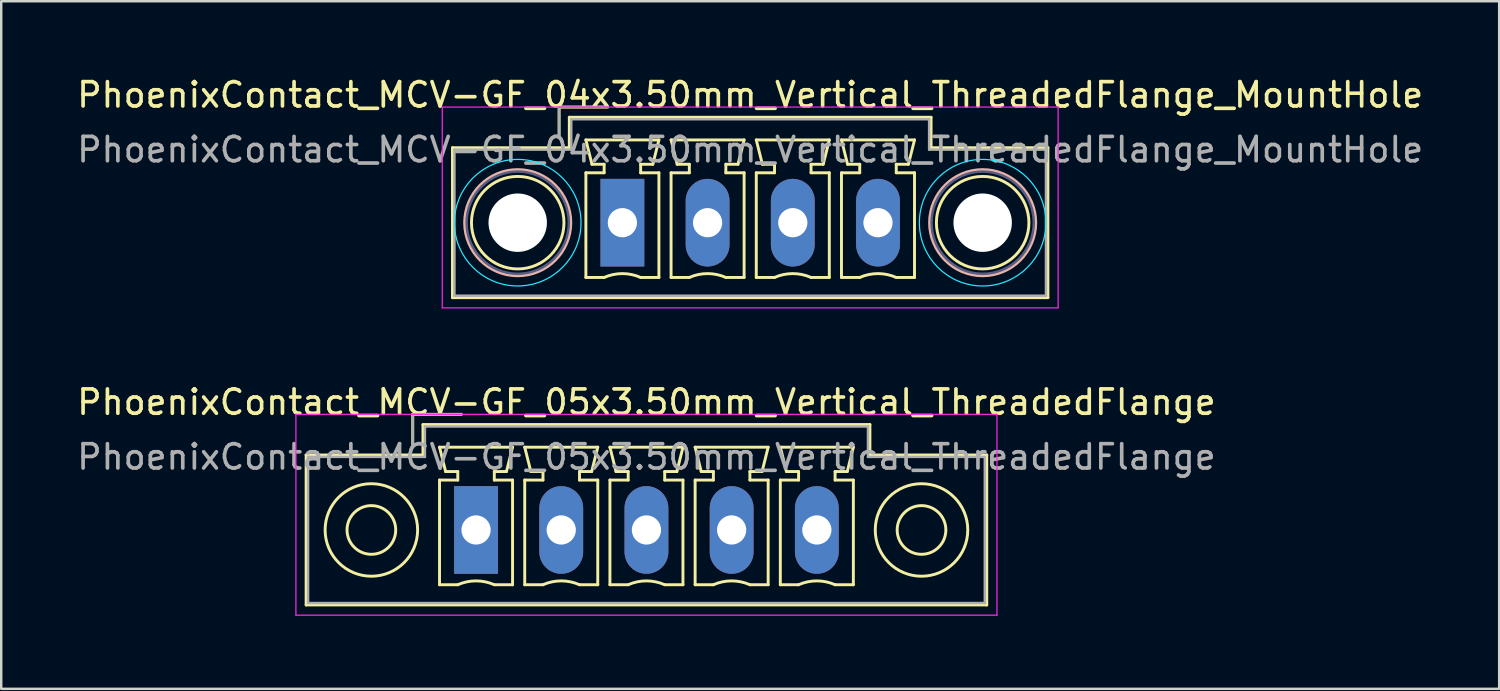
<source format=kicad_pcb>
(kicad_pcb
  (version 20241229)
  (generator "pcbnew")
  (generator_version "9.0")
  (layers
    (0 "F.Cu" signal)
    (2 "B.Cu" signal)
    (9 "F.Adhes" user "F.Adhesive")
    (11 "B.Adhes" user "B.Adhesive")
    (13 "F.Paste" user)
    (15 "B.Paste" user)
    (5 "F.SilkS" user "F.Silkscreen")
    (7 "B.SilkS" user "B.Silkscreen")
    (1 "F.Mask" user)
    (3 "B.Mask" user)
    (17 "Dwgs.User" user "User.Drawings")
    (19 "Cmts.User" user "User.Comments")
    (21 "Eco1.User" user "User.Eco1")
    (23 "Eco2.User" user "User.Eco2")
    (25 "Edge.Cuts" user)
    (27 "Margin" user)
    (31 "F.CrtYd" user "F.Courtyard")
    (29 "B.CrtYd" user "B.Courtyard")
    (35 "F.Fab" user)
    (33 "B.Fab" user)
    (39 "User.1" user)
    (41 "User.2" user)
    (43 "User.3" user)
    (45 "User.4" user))
  (footprint "PhoenixContact_MCV-GF_05x3.50mm_Vertical_ThreadedFlange"
    (layer "F.Cu")
    (at 16.506 18.721)
    (property "Reference" "PhoenixContact_MCV-GF_05x3.50mm_Vertical_ThreadedFlange" (at 7 -5.25 0) (layer "F.SilkS") (effects (font (size 1 1) (thickness 0.15))))
    (attr through_hole)
    (fp_line (start -6.98 -3.08) (end -6.98 3.08) (stroke (width 0.12) (type solid)) (layer "F.SilkS"))
    (fp_line (start -6.98 3.08) (end 20.98 3.08) (stroke (width 0.12) (type solid)) (layer "F.SilkS"))
    (fp_line (start -2.6 -4.75) (end -0.6 -4.75) (stroke (width 0.12) (type solid)) (layer "F.SilkS"))
    (fp_line (start -2.6 -3.5) (end -2.6 -4.75) (stroke (width 0.12) (type solid)) (layer "F.SilkS"))
    (fp_line (start -2.18 -4.33) (end -2.18 -3.08) (stroke (width 0.12) (type solid)) (layer "F.SilkS"))
    (fp_line (start -2.18 -3.08) (end -6.98 -3.08) (stroke (width 0.12) (type solid)) (layer "F.SilkS"))
    (fp_line (start -1.5 -3.4) (end 1.5 -3.4) (stroke (width 0.12) (type solid)) (layer "F.SilkS"))
    (fp_line (start -1.5 -2.05) (end -0.75 -2.05) (stroke (width 0.12) (type solid)) (layer "F.SilkS"))
    (fp_line (start -1.5 2.25) (end -1.5 -2.05) (stroke (width 0.12) (type solid)) (layer "F.SilkS"))
    (fp_line (start -1.25 -2.4) (end -1.5 -3.4) (stroke (width 0.12) (type solid)) (layer "F.SilkS"))
    (fp_line (start -0.75 -2.4) (end -1.25 -2.4) (stroke (width 0.12) (type solid)) (layer "F.SilkS"))
    (fp_line (start -0.75 -2.05) (end -0.75 -2.4) (stroke (width 0.12) (type solid)) (layer "F.SilkS"))
    (fp_line (start -0.75 2.25) (end -1.5 2.25) (stroke (width 0.12) (type solid)) (layer "F.SilkS"))
    (fp_line (start 0.75 -2.4) (end 0.75 -2.05) (stroke (width 0.12) (type solid)) (layer "F.SilkS"))
    (fp_line (start 0.75 -2.05) (end 1.5 -2.05) (stroke (width 0.12) (type solid)) (layer "F.SilkS"))
    (fp_line (start 1.25 -2.4) (end 0.75 -2.4) (stroke (width 0.12) (type solid)) (layer "F.SilkS"))
    (fp_line (start 1.5 -3.4) (end 1.25 -2.4) (stroke (width 0.12) (type solid)) (layer "F.SilkS"))
    (fp_line (start 1.5 -2.05) (end 1.5 2.25) (stroke (width 0.12) (type solid)) (layer "F.SilkS"))
    (fp_line (start 1.5 2.25) (end 0.75 2.25) (stroke (width 0.12) (type solid)) (layer "F.SilkS"))
    (fp_line (start 2 -3.4) (end 5 -3.4) (stroke (width 0.12) (type solid)) (layer "F.SilkS"))
    (fp_line (start 2 -2.05) (end 2.75 -2.05) (stroke (width 0.12) (type solid)) (layer "F.SilkS"))
    (fp_line (start 2 2.25) (end 2 -2.05) (stroke (width 0.12) (type solid)) (layer "F.SilkS"))
    (fp_line (start 2.25 -2.4) (end 2 -3.4) (stroke (width 0.12) (type solid)) (layer "F.SilkS"))
    (fp_line (start 2.75 -2.4) (end 2.25 -2.4) (stroke (width 0.12) (type solid)) (layer "F.SilkS"))
    (fp_line (start 2.75 -2.05) (end 2.75 -2.4) (stroke (width 0.12) (type solid)) (layer "F.SilkS"))
    (fp_line (start 2.75 2.25) (end 2 2.25) (stroke (width 0.12) (type solid)) (layer "F.SilkS"))
    (fp_line (start 4.25 -2.4) (end 4.25 -2.05) (stroke (width 0.12) (type solid)) (layer "F.SilkS"))
    (fp_line (start 4.25 -2.05) (end 5 -2.05) (stroke (width 0.12) (type solid)) (layer "F.SilkS"))
    (fp_line (start 4.75 -2.4) (end 4.25 -2.4) (stroke (width 0.12) (type solid)) (layer "F.SilkS"))
    (fp_line (start 5 -3.4) (end 4.75 -2.4) (stroke (width 0.12) (type solid)) (layer "F.SilkS"))
    (fp_line (start 5 -2.05) (end 5 2.25) (stroke (width 0.12) (type solid)) (layer "F.SilkS"))
    (fp_line (start 5 2.25) (end 4.25 2.25) (stroke (width 0.12) (type solid)) (layer "F.SilkS"))
    (fp_line (start 5.5 -3.4) (end 8.5 -3.4) (stroke (width 0.12) (type solid)) (layer "F.SilkS"))
    (fp_line (start 5.5 -2.05) (end 6.25 -2.05) (stroke (width 0.12) (type solid)) (layer "F.SilkS"))
    (fp_line (start 5.5 2.25) (end 5.5 -2.05) (stroke (width 0.12) (type solid)) (layer "F.SilkS"))
    (fp_line (start 5.75 -2.4) (end 5.5 -3.4) (stroke (width 0.12) (type solid)) (layer "F.SilkS"))
    (fp_line (start 6.25 -2.4) (end 5.75 -2.4) (stroke (width 0.12) (type solid)) (layer "F.SilkS"))
    (fp_line (start 6.25 -2.05) (end 6.25 -2.4) (stroke (width 0.12) (type solid)) (layer "F.SilkS"))
    (fp_line (start 6.25 2.25) (end 5.5 2.25) (stroke (width 0.12) (type solid)) (layer "F.SilkS"))
    (fp_line (start 7.75 -2.4) (end 7.75 -2.05) (stroke (width 0.12) (type solid)) (layer "F.SilkS"))
    (fp_line (start 7.75 -2.05) (end 8.5 -2.05) (stroke (width 0.12) (type solid)) (layer "F.SilkS"))
    (fp_line (start 8.25 -2.4) (end 7.75 -2.4) (stroke (width 0.12) (type solid)) (layer "F.SilkS"))
    (fp_line (start 8.5 -3.4) (end 8.25 -2.4) (stroke (width 0.12) (type solid)) (layer "F.SilkS"))
    (fp_line (start 8.5 -2.05) (end 8.5 2.25) (stroke (width 0.12) (type solid)) (layer "F.SilkS"))
    (fp_line (start 8.5 2.25) (end 7.75 2.25) (stroke (width 0.12) (type solid)) (layer "F.SilkS"))
    (fp_line (start 9 -3.4) (end 12 -3.4) (stroke (width 0.12) (type solid)) (layer "F.SilkS"))
    (fp_line (start 9 -2.05) (end 9.75 -2.05) (stroke (width 0.12) (type solid)) (layer "F.SilkS"))
    (fp_line (start 9 2.25) (end 9 -2.05) (stroke (width 0.12) (type solid)) (layer "F.SilkS"))
    (fp_line (start 9.25 -2.4) (end 9 -3.4) (stroke (width 0.12) (type solid)) (layer "F.SilkS"))
    (fp_line (start 9.75 -2.4) (end 9.25 -2.4) (stroke (width 0.12) (type solid)) (layer "F.SilkS"))
    (fp_line (start 9.75 -2.05) (end 9.75 -2.4) (stroke (width 0.12) (type solid)) (layer "F.SilkS"))
    (fp_line (start 9.75 2.25) (end 9 2.25) (stroke (width 0.12) (type solid)) (layer "F.SilkS"))
    (fp_line (start 11.25 -2.4) (end 11.25 -2.05) (stroke (width 0.12) (type solid)) (layer "F.SilkS"))
    (fp_line (start 11.25 -2.05) (end 12 -2.05) (stroke (width 0.12) (type solid)) (layer "F.SilkS"))
    (fp_line (start 11.75 -2.4) (end 11.25 -2.4) (stroke (width 0.12) (type solid)) (layer "F.SilkS"))
    (fp_line (start 12 -3.4) (end 11.75 -2.4) (stroke (width 0.12) (type solid)) (layer "F.SilkS"))
    (fp_line (start 12 -2.05) (end 12 2.25) (stroke (width 0.12) (type solid)) (layer "F.SilkS"))
    (fp_line (start 12 2.25) (end 11.25 2.25) (stroke (width 0.12) (type solid)) (layer "F.SilkS"))
    (fp_line (start 12.5 -3.4) (end 15.5 -3.4) (stroke (width 0.12) (type solid)) (layer "F.SilkS"))
    (fp_line (start 12.5 -2.05) (end 13.25 -2.05) (stroke (width 0.12) (type solid)) (layer "F.SilkS"))
    (fp_line (start 12.5 2.25) (end 12.5 -2.05) (stroke (width 0.12) (type solid)) (layer "F.SilkS"))
    (fp_line (start 12.75 -2.4) (end 12.5 -3.4) (stroke (width 0.12) (type solid)) (layer "F.SilkS"))
    (fp_line (start 13.25 -2.4) (end 12.75 -2.4) (stroke (width 0.12) (type solid)) (layer "F.SilkS"))
    (fp_line (start 13.25 -2.05) (end 13.25 -2.4) (stroke (width 0.12) (type solid)) (layer "F.SilkS"))
    (fp_line (start 13.25 2.25) (end 12.5 2.25) (stroke (width 0.12) (type solid)) (layer "F.SilkS"))
    (fp_line (start 14.75 -2.4) (end 14.75 -2.05) (stroke (width 0.12) (type solid)) (layer "F.SilkS"))
    (fp_line (start 14.75 -2.05) (end 15.5 -2.05) (stroke (width 0.12) (type solid)) (layer "F.SilkS"))
    (fp_line (start 15.25 -2.4) (end 14.75 -2.4) (stroke (width 0.12) (type solid)) (layer "F.SilkS"))
    (fp_line (start 15.5 -3.4) (end 15.25 -2.4) (stroke (width 0.12) (type solid)) (layer "F.SilkS"))
    (fp_line (start 15.5 -2.05) (end 15.5 2.25) (stroke (width 0.12) (type solid)) (layer "F.SilkS"))
    (fp_line (start 15.5 2.25) (end 14.75 2.25) (stroke (width 0.12) (type solid)) (layer "F.SilkS"))
    (fp_line (start 16.18 -4.33) (end -2.18 -4.33) (stroke (width 0.12) (type solid)) (layer "F.SilkS"))
    (fp_line (start 16.18 -3.08) (end 16.18 -4.33) (stroke (width 0.12) (type solid)) (layer "F.SilkS"))
    (fp_line (start 20.98 -3.08) (end 16.18 -3.08) (stroke (width 0.12) (type solid)) (layer "F.SilkS"))
    (fp_line (start 20.98 3.08) (end 20.98 -3.08) (stroke (width 0.12) (type solid)) (layer "F.SilkS"))
    (fp_arc (start -0.75 2.25) (mid -0.000193 2.09191) (end 0.749647 2.249844) (stroke (width 0.12) (type solid)) (layer "F.SilkS"))
    (fp_arc (start 2.75 2.25) (mid 3.499807 2.09191) (end 4.249647 2.249844) (stroke (width 0.12) (type solid)) (layer "F.SilkS"))
    (fp_arc (start 6.25 2.25) (mid 6.999807 2.09191) (end 7.749647 2.249844) (stroke (width 0.12) (type solid)) (layer "F.SilkS"))
    (fp_arc (start 9.75 2.25) (mid 10.499807 2.09191) (end 11.249647 2.249844) (stroke (width 0.12) (type solid)) (layer "F.SilkS"))
    (fp_arc (start 13.25 2.25) (mid 13.999807 2.09191) (end 14.749647 2.249844) (stroke (width 0.12) (type solid)) (layer "F.SilkS"))
    (fp_circle (center -4.3 0) (end -3.3 0) (stroke (width 0.12) (type solid)) (fill no) (layer "F.SilkS"))
    (fp_circle (center -4.3 0) (end -2.4 0) (stroke (width 0.12) (type solid)) (fill no) (layer "F.SilkS"))
    (fp_circle (center 18.3 0) (end 19.3 0) (stroke (width 0.12) (type solid)) (fill no) (layer "F.SilkS"))
    (fp_circle (center 18.3 0) (end 20.2 0) (stroke (width 0.12) (type solid)) (fill no) (layer "F.SilkS"))
    (fp_line (start -7.4 -4.75) (end -7.4 3.5) (stroke (width 0.05) (type solid)) (layer "F.CrtYd"))
    (fp_line (start -7.4 3.5) (end 21.4 3.5) (stroke (width 0.05) (type solid)) (layer "F.CrtYd"))
    (fp_line (start 21.4 -4.75) (end -7.4 -4.75) (stroke (width 0.05) (type solid)) (layer "F.CrtYd"))
    (fp_line (start 21.4 3.5) (end 21.4 -4.75) (stroke (width 0.05) (type solid)) (layer "F.CrtYd"))
    (fp_line (start -6.9 -3) (end -6.9 3) (stroke (width 0.1) (type solid)) (layer "F.Fab"))
    (fp_line (start -6.9 3) (end 20.9 3) (stroke (width 0.1) (type solid)) (layer "F.Fab"))
    (fp_line (start -2.6 -4.75) (end -0.6 -4.75) (stroke (width 0.1) (type solid)) (layer "F.Fab"))
    (fp_line (start -2.6 -3.5) (end -2.6 -4.75) (stroke (width 0.1) (type solid)) (layer "F.Fab"))
    (fp_line (start -2.1 -4.25) (end -2.1 -3) (stroke (width 0.1) (type solid)) (layer "F.Fab"))
    (fp_line (start -2.1 -3) (end -6.9 -3) (stroke (width 0.1) (type solid)) (layer "F.Fab"))
    (fp_line (start 16.1 -4.25) (end -2.1 -4.25) (stroke (width 0.1) (type solid)) (layer "F.Fab"))
    (fp_line (start 16.1 -3) (end 16.1 -4.25) (stroke (width 0.1) (type solid)) (layer "F.Fab"))
    (fp_line (start 20.9 -3) (end 16.1 -3) (stroke (width 0.1) (type solid)) (layer "F.Fab"))
    (fp_line (start 20.9 3) (end 20.9 -3) (stroke (width 0.1) (type solid)) (layer "F.Fab"))
    (fp_text user "${REFERENCE}" (at 7 -3 0) (layer "F.Fab") (effects (font (size 1 1) (thickness 0.15))))
    (pad "1" thru_hole rect (at 0 0) (size 1.8 3.6) (drill 1.2) (layers "*.Cu" "*.Mask"))
    (pad "2" thru_hole oval (at 3.5 0) (size 1.8 3.6) (drill 1.2) (layers "*.Cu" "*.Mask"))
    (pad "3" thru_hole oval (at 7 0) (size 1.8 3.6) (drill 1.2) (layers "*.Cu" "*.Mask"))
    (pad "4" thru_hole oval (at 10.5 0) (size 1.8 3.6) (drill 1.2) (layers "*.Cu" "*.Mask"))
    (pad "5" thru_hole oval (at 14 0) (size 1.8 3.6) (drill 1.2) (layers "*.Cu" "*.Mask")))
  (footprint "PhoenixContact_MCV-GF_04x3.50mm_Vertical_ThreadedFlange_MountHole"
    (layer "F.Cu")
    (at 22.518 6.098)
    (property "Reference" "PhoenixContact_MCV-GF_04x3.50mm_Vertical_ThreadedFlange_MountHole" (at 5.25 -5.25 0) (layer "F.SilkS") (effects (font (size 1 1) (thickness 0.15))))
    (attr through_hole)
    (fp_line (start -6.98 -3.08) (end -6.98 3.08) (stroke (width 0.12) (type solid)) (layer "F.SilkS"))
    (fp_line (start -6.98 3.08) (end 17.48 3.08) (stroke (width 0.12) (type solid)) (layer "F.SilkS"))
    (fp_line (start -2.6 -4.75) (end -0.6 -4.75) (stroke (width 0.12) (type solid)) (layer "F.SilkS"))
    (fp_line (start -2.6 -3.5) (end -2.6 -4.75) (stroke (width 0.12) (type solid)) (layer "F.SilkS"))
    (fp_line (start -2.18 -4.33) (end -2.18 -3.08) (stroke (width 0.12) (type solid)) (layer "F.SilkS"))
    (fp_line (start -2.18 -3.08) (end -6.98 -3.08) (stroke (width 0.12) (type solid)) (layer "F.SilkS"))
    (fp_line (start -1.5 -3.4) (end 1.5 -3.4) (stroke (width 0.12) (type solid)) (layer "F.SilkS"))
    (fp_line (start -1.5 -2.05) (end -0.75 -2.05) (stroke (width 0.12) (type solid)) (layer "F.SilkS"))
    (fp_line (start -1.5 2.25) (end -1.5 -2.05) (stroke (width 0.12) (type solid)) (layer "F.SilkS"))
    (fp_line (start -1.25 -2.4) (end -1.5 -3.4) (stroke (width 0.12) (type solid)) (layer "F.SilkS"))
    (fp_line (start -0.75 -2.4) (end -1.25 -2.4) (stroke (width 0.12) (type solid)) (layer "F.SilkS"))
    (fp_line (start -0.75 -2.05) (end -0.75 -2.4) (stroke (width 0.12) (type solid)) (layer "F.SilkS"))
    (fp_line (start -0.75 2.25) (end -1.5 2.25) (stroke (width 0.12) (type solid)) (layer "F.SilkS"))
    (fp_line (start 0.75 -2.4) (end 0.75 -2.05) (stroke (width 0.12) (type solid)) (layer "F.SilkS"))
    (fp_line (start 0.75 -2.05) (end 1.5 -2.05) (stroke (width 0.12) (type solid)) (layer "F.SilkS"))
    (fp_line (start 1.25 -2.4) (end 0.75 -2.4) (stroke (width 0.12) (type solid)) (layer "F.SilkS"))
    (fp_line (start 1.5 -3.4) (end 1.25 -2.4) (stroke (width 0.12) (type solid)) (layer "F.SilkS"))
    (fp_line (start 1.5 -2.05) (end 1.5 2.25) (stroke (width 0.12) (type solid)) (layer "F.SilkS"))
    (fp_line (start 1.5 2.25) (end 0.75 2.25) (stroke (width 0.12) (type solid)) (layer "F.SilkS"))
    (fp_line (start 2 -3.4) (end 5 -3.4) (stroke (width 0.12) (type solid)) (layer "F.SilkS"))
    (fp_line (start 2 -2.05) (end 2.75 -2.05) (stroke (width 0.12) (type solid)) (layer "F.SilkS"))
    (fp_line (start 2 2.25) (end 2 -2.05) (stroke (width 0.12) (type solid)) (layer "F.SilkS"))
    (fp_line (start 2.25 -2.4) (end 2 -3.4) (stroke (width 0.12) (type solid)) (layer "F.SilkS"))
    (fp_line (start 2.75 -2.4) (end 2.25 -2.4) (stroke (width 0.12) (type solid)) (layer "F.SilkS"))
    (fp_line (start 2.75 -2.05) (end 2.75 -2.4) (stroke (width 0.12) (type solid)) (layer "F.SilkS"))
    (fp_line (start 2.75 2.25) (end 2 2.25) (stroke (width 0.12) (type solid)) (layer "F.SilkS"))
    (fp_line (start 4.25 -2.4) (end 4.25 -2.05) (stroke (width 0.12) (type solid)) (layer "F.SilkS"))
    (fp_line (start 4.25 -2.05) (end 5 -2.05) (stroke (width 0.12) (type solid)) (layer "F.SilkS"))
    (fp_line (start 4.75 -2.4) (end 4.25 -2.4) (stroke (width 0.12) (type solid)) (layer "F.SilkS"))
    (fp_line (start 5 -3.4) (end 4.75 -2.4) (stroke (width 0.12) (type solid)) (layer "F.SilkS"))
    (fp_line (start 5 -2.05) (end 5 2.25) (stroke (width 0.12) (type solid)) (layer "F.SilkS"))
    (fp_line (start 5 2.25) (end 4.25 2.25) (stroke (width 0.12) (type solid)) (layer "F.SilkS"))
    (fp_line (start 5.5 -3.4) (end 8.5 -3.4) (stroke (width 0.12) (type solid)) (layer "F.SilkS"))
    (fp_line (start 5.5 -2.05) (end 6.25 -2.05) (stroke (width 0.12) (type solid)) (layer "F.SilkS"))
    (fp_line (start 5.5 2.25) (end 5.5 -2.05) (stroke (width 0.12) (type solid)) (layer "F.SilkS"))
    (fp_line (start 5.75 -2.4) (end 5.5 -3.4) (stroke (width 0.12) (type solid)) (layer "F.SilkS"))
    (fp_line (start 6.25 -2.4) (end 5.75 -2.4) (stroke (width 0.12) (type solid)) (layer "F.SilkS"))
    (fp_line (start 6.25 -2.05) (end 6.25 -2.4) (stroke (width 0.12) (type solid)) (layer "F.SilkS"))
    (fp_line (start 6.25 2.25) (end 5.5 2.25) (stroke (width 0.12) (type solid)) (layer "F.SilkS"))
    (fp_line (start 7.75 -2.4) (end 7.75 -2.05) (stroke (width 0.12) (type solid)) (layer "F.SilkS"))
    (fp_line (start 7.75 -2.05) (end 8.5 -2.05) (stroke (width 0.12) (type solid)) (layer "F.SilkS"))
    (fp_line (start 8.25 -2.4) (end 7.75 -2.4) (stroke (width 0.12) (type solid)) (layer "F.SilkS"))
    (fp_line (start 8.5 -3.4) (end 8.25 -2.4) (stroke (width 0.12) (type solid)) (layer "F.SilkS"))
    (fp_line (start 8.5 -2.05) (end 8.5 2.25) (stroke (width 0.12) (type solid)) (layer "F.SilkS"))
    (fp_line (start 8.5 2.25) (end 7.75 2.25) (stroke (width 0.12) (type solid)) (layer "F.SilkS"))
    (fp_line (start 9 -3.4) (end 12 -3.4) (stroke (width 0.12) (type solid)) (layer "F.SilkS"))
    (fp_line (start 9 -2.05) (end 9.75 -2.05) (stroke (width 0.12) (type solid)) (layer "F.SilkS"))
    (fp_line (start 9 2.25) (end 9 -2.05) (stroke (width 0.12) (type solid)) (layer "F.SilkS"))
    (fp_line (start 9.25 -2.4) (end 9 -3.4) (stroke (width 0.12) (type solid)) (layer "F.SilkS"))
    (fp_line (start 9.75 -2.4) (end 9.25 -2.4) (stroke (width 0.12) (type solid)) (layer "F.SilkS"))
    (fp_line (start 9.75 -2.05) (end 9.75 -2.4) (stroke (width 0.12) (type solid)) (layer "F.SilkS"))
    (fp_line (start 9.75 2.25) (end 9 2.25) (stroke (width 0.12) (type solid)) (layer "F.SilkS"))
    (fp_line (start 11.25 -2.4) (end 11.25 -2.05) (stroke (width 0.12) (type solid)) (layer "F.SilkS"))
    (fp_line (start 11.25 -2.05) (end 12 -2.05) (stroke (width 0.12) (type solid)) (layer "F.SilkS"))
    (fp_line (start 11.75 -2.4) (end 11.25 -2.4) (stroke (width 0.12) (type solid)) (layer "F.SilkS"))
    (fp_line (start 12 -3.4) (end 11.75 -2.4) (stroke (width 0.12) (type solid)) (layer "F.SilkS"))
    (fp_line (start 12 -2.05) (end 12 2.25) (stroke (width 0.12) (type solid)) (layer "F.SilkS"))
    (fp_line (start 12 2.25) (end 11.25 2.25) (stroke (width 0.12) (type solid)) (layer "F.SilkS"))
    (fp_line (start 12.68 -4.33) (end -2.18 -4.33) (stroke (width 0.12) (type solid)) (layer "F.SilkS"))
    (fp_line (start 12.68 -3.08) (end 12.68 -4.33) (stroke (width 0.12) (type solid)) (layer "F.SilkS"))
    (fp_line (start 17.48 -3.08) (end 12.68 -3.08) (stroke (width 0.12) (type solid)) (layer "F.SilkS"))
    (fp_line (start 17.48 3.08) (end 17.48 -3.08) (stroke (width 0.12) (type solid)) (layer "F.SilkS"))
    (fp_arc (start -0.75 2.25) (mid -0.000193 2.09191) (end 0.749647 2.249844) (stroke (width 0.12) (type solid)) (layer "F.SilkS"))
    (fp_arc (start 2.75 2.25) (mid 3.499807 2.09191) (end 4.249647 2.249844) (stroke (width 0.12) (type solid)) (layer "F.SilkS"))
    (fp_arc (start 6.25 2.25) (mid 6.999807 2.09191) (end 7.749647 2.249844) (stroke (width 0.12) (type solid)) (layer "F.SilkS"))
    (fp_arc (start 9.75 2.25) (mid 10.499807 2.09191) (end 11.249647 2.249844) (stroke (width 0.12) (type solid)) (layer "F.SilkS"))
    (fp_circle (center -4.3 0) (end -2.4 0) (stroke (width 0.12) (type solid)) (fill no) (layer "F.SilkS"))
    (fp_circle (center 14.8 0) (end 16.7 0) (stroke (width 0.12) (type solid)) (fill no) (layer "F.SilkS"))
    (fp_circle (center -4.3 0) (end -2.12 0) (stroke (width 0.12) (type solid)) (fill no) (layer "B.SilkS"))
    (fp_circle (center 14.8 0) (end 16.98 0) (stroke (width 0.12) (type solid)) (fill no) (layer "B.SilkS"))
    (fp_circle (center -4.3 0) (end -1.7 0) (stroke (width 0.05) (type solid)) (fill no) (layer "B.CrtYd"))
    (fp_circle (center 14.8 0) (end 17.4 0) (stroke (width 0.05) (type solid)) (fill no) (layer "B.CrtYd"))
    (fp_line (start -7.4 -4.75) (end -7.4 3.5) (stroke (width 0.05) (type solid)) (layer "F.CrtYd"))
    (fp_line (start -7.4 3.5) (end 17.9 3.5) (stroke (width 0.05) (type solid)) (layer "F.CrtYd"))
    (fp_line (start 17.9 -4.75) (end -7.4 -4.75) (stroke (width 0.05) (type solid)) (layer "F.CrtYd"))
    (fp_line (start 17.9 3.5) (end 17.9 -4.75) (stroke (width 0.05) (type solid)) (layer "F.CrtYd"))
    (fp_circle (center -4.3 0) (end -2.2 0) (stroke (width 0.1) (type solid)) (fill no) (layer "B.Fab"))
    (fp_circle (center 14.8 0) (end 16.9 0) (stroke (width 0.1) (type solid)) (fill no) (layer "B.Fab"))
    (fp_line (start -6.9 -3) (end -6.9 3) (stroke (width 0.1) (type solid)) (layer "F.Fab"))
    (fp_line (start -6.9 3) (end 17.4 3) (stroke (width 0.1) (type solid)) (layer "F.Fab"))
    (fp_line (start -2.6 -4.75) (end -0.6 -4.75) (stroke (width 0.1) (type solid)) (layer "F.Fab"))
    (fp_line (start -2.6 -3.5) (end -2.6 -4.75) (stroke (width 0.1) (type solid)) (layer "F.Fab"))
    (fp_line (start -2.1 -4.25) (end -2.1 -3) (stroke (width 0.1) (type solid)) (layer "F.Fab"))
    (fp_line (start -2.1 -3) (end -6.9 -3) (stroke (width 0.1) (type solid)) (layer "F.Fab"))
    (fp_line (start 12.6 -4.25) (end -2.1 -4.25) (stroke (width 0.1) (type solid)) (layer "F.Fab"))
    (fp_line (start 12.6 -3) (end 12.6 -4.25) (stroke (width 0.1) (type solid)) (layer "F.Fab"))
    (fp_line (start 17.4 -3) (end 12.6 -3) (stroke (width 0.1) (type solid)) (layer "F.Fab"))
    (fp_line (start 17.4 3) (end 17.4 -3) (stroke (width 0.1) (type solid)) (layer "F.Fab"))
    (fp_text user "${REFERENCE}" (at 5.25 -3 0) (layer "F.Fab") (effects (font (size 1 1) (thickness 0.15))))
    (pad "" np_thru_hole circle (at -4.3 0) (size 2.4 2.4) (drill 2.4) (layers "*.Cu" "*.Mask"))
    (pad "" np_thru_hole circle (at 14.8 0) (size 2.4 2.4) (drill 2.4) (layers "*.Cu" "*.Mask"))
    (pad "1" thru_hole rect (at 0 0) (size 1.8 3.6) (drill 1.2) (layers "*.Cu" "*.Mask"))
    (pad "2" thru_hole oval (at 3.5 0) (size 1.8 3.6) (drill 1.2) (layers "*.Cu" "*.Mask"))
    (pad "3" thru_hole oval (at 7 0) (size 1.8 3.6) (drill 1.2) (layers "*.Cu" "*.Mask"))
    (pad "4" thru_hole oval (at 10.5 0) (size 1.8 3.6) (drill 1.2) (layers "*.Cu" "*.Mask")))
  (gr_rect
    (start -3 -3)
    (end 58.536 25.247)
    (stroke (width 0.1) (type default))
    (fill no)
    (layer "Edge.Cuts")))
</source>
